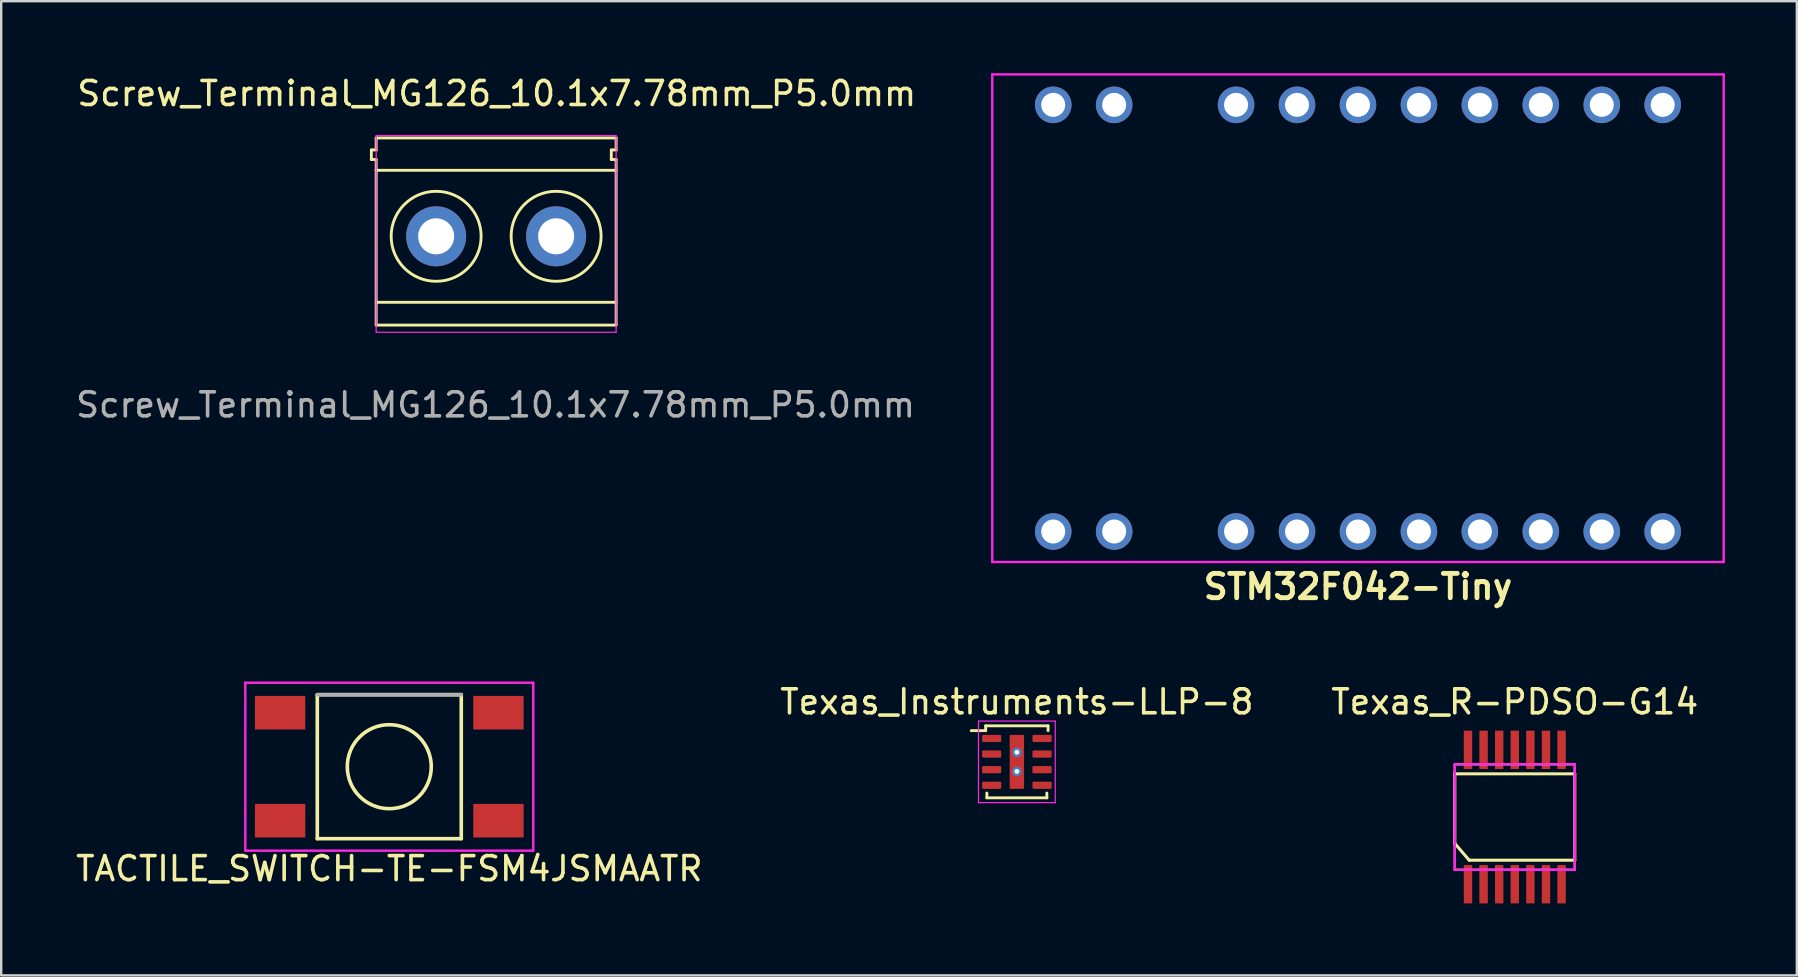
<source format=kicad_pcb>
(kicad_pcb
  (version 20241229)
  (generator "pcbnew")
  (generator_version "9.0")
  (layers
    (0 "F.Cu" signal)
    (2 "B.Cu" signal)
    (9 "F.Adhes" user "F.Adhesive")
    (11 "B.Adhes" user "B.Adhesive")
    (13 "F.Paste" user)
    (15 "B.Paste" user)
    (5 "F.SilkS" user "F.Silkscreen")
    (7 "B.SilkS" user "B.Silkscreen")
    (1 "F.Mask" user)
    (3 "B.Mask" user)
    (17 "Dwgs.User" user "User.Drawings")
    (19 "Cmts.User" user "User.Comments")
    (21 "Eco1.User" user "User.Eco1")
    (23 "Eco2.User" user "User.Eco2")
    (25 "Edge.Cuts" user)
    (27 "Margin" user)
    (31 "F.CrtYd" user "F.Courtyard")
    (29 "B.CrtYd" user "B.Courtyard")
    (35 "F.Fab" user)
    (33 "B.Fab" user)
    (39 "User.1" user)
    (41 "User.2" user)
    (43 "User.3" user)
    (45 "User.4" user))
  (footprint "STM32F042-Tiny"
    (layer "F.Cu")
    (at 53.542 10.21)
    (property "Reference" "STM32F042-Tiny" (at 0 11.19 0) (layer "F.SilkS") (effects (font (size 1.016 1.016) (thickness 0.203))))
    (attr through_hole)
    (fp_line (start -15.24 -10.16) (end 15.24 -10.16) (stroke (width 0.1) (type solid)) (layer "F.CrtYd"))
    (fp_line (start -15.24 10.16) (end -15.24 -10.16) (stroke (width 0.1) (type solid)) (layer "F.CrtYd"))
    (fp_line (start 15.24 -10.16) (end 15.24 10.16) (stroke (width 0.1) (type solid)) (layer "F.CrtYd"))
    (fp_line (start 15.24 10.16) (end -15.24 10.16) (stroke (width 0.1) (type solid)) (layer "F.CrtYd"))
    (pad "1" thru_hole circle (at -5.08 8.89) (size 1.524 1.524) (drill 1.001) (layers "*.Cu" "*.Mask"))
    (pad "2" thru_hole circle (at -2.54 8.89) (size 1.524 1.524) (drill 1.001) (layers "*.Cu" "*.Mask"))
    (pad "3" thru_hole circle (at 0 8.89) (size 1.524 1.524) (drill 1.001) (layers "*.Cu" "*.Mask"))
    (pad "4" thru_hole circle (at 2.54 8.89) (size 1.524 1.524) (drill 1.001) (layers "*.Cu" "*.Mask"))
    (pad "5" thru_hole circle (at 5.08 8.89) (size 1.524 1.524) (drill 1.001) (layers "*.Cu" "*.Mask"))
    (pad "6" thru_hole circle (at 7.62 8.89) (size 1.524 1.524) (drill 1.001) (layers "*.Cu" "*.Mask"))
    (pad "7" thru_hole circle (at 10.16 8.89) (size 1.524 1.524) (drill 1.001) (layers "*.Cu" "*.Mask"))
    (pad "8" thru_hole circle (at 12.7 8.89) (size 1.524 1.524) (drill 1.001) (layers "*.Cu" "*.Mask"))
    (pad "9" thru_hole circle (at 12.7 -8.89) (size 1.524 1.524) (drill 1.001) (layers "*.Cu" "*.Mask"))
    (pad "10" thru_hole circle (at 10.16 -8.89) (size 1.524 1.524) (drill 1.001) (layers "*.Cu" "*.Mask"))
    (pad "11" thru_hole circle (at 7.62 -8.89) (size 1.524 1.524) (drill 1.001) (layers "*.Cu" "*.Mask"))
    (pad "12" thru_hole circle (at 5.08 -8.89) (size 1.524 1.524) (drill 1.001) (layers "*.Cu" "*.Mask"))
    (pad "13" thru_hole circle (at 2.54 -8.89) (size 1.524 1.524) (drill 1.001) (layers "*.Cu" "*.Mask"))
    (pad "14" thru_hole circle (at 0 -8.89) (size 1.524 1.524) (drill 1.001) (layers "*.Cu" "*.Mask"))
    (pad "15" thru_hole circle (at -2.54 -8.89) (size 1.524 1.524) (drill 1.001) (layers "*.Cu" "*.Mask"))
    (pad "16" thru_hole circle (at -5.08 -8.89) (size 1.524 1.524) (drill 1.001) (layers "*.Cu" "*.Mask"))
    (pad "17" thru_hole circle (at -12.7 8.89) (size 1.524 1.524) (drill 1.001) (layers "*.Cu" "*.Mask"))
    (pad "18" thru_hole circle (at -10.16 8.89) (size 1.524 1.524) (drill 1.001) (layers "*.Cu" "*.Mask"))
    (pad "19" thru_hole circle (at -10.16 -8.89) (size 1.524 1.524) (drill 1.001) (layers "*.Cu" "*.Mask"))
    (pad "20" thru_hole circle (at -12.7 -8.89) (size 1.524 1.524) (drill 1.001) (layers "*.Cu" "*.Mask")))
  (footprint "Texas_Instruments-LLP-8"
    (layer "F.Cu")
    (at 39.327 28.699)
    (property "Reference" "Texas_Instruments-LLP-8" (at 0 -2.5 180) (layer "F.SilkS") (effects (font (size 1 1) (thickness 0.15))))
    (attr through_hole)
    (fp_line (start -1.3 -1.5) (end -1.3 -1.3) (stroke (width 0.12) (type solid)) (layer "F.SilkS"))
    (fp_line (start -1.3 -1.5) (end 1.3 -1.5) (stroke (width 0.12) (type solid)) (layer "F.SilkS"))
    (fp_line (start -1.3 -1.3) (end -1.9 -1.3) (stroke (width 0.12) (type solid)) (layer "F.SilkS"))
    (fp_line (start -1.25 1.3) (end -1.25 1.5) (stroke (width 0.12) (type solid)) (layer "F.SilkS"))
    (fp_line (start -1.25 1.5) (end 1.25 1.5) (stroke (width 0.12) (type solid)) (layer "F.SilkS"))
    (fp_line (start 1.25 1.5) (end 1.25 1.3) (stroke (width 0.12) (type solid)) (layer "F.SilkS"))
    (fp_line (start 1.3 -1.5) (end 1.3 -1.3) (stroke (width 0.12) (type solid)) (layer "F.SilkS"))
    (fp_line (start -1.6 -1.7) (end 1.6 -1.7) (stroke (width 0.05) (type solid)) (layer "F.CrtYd"))
    (fp_line (start -1.6 1.7) (end -1.6 -1.7) (stroke (width 0.05) (type solid)) (layer "F.CrtYd"))
    (fp_line (start 1.6 -1.7) (end 1.6 1.7) (stroke (width 0.05) (type solid)) (layer "F.CrtYd"))
    (fp_line (start 1.6 1.7) (end -1.6 1.7) (stroke (width 0.05) (type solid)) (layer "F.CrtYd"))
    (pad "1" smd roundrect (at -1.05 -0.975) (size 0.8 0.3) (layers "F.Cu" "F.Mask" "F.Paste") (roundrect_rratio 0.167))
    (pad "2" smd roundrect (at -1.05 -0.325) (size 0.8 0.3) (layers "F.Cu" "F.Mask" "F.Paste") (roundrect_rratio 0.167))
    (pad "3" smd roundrect (at -1.05 0.325) (size 0.8 0.3) (layers "F.Cu" "F.Mask" "F.Paste") (roundrect_rratio 0.167))
    (pad "4" smd roundrect (at -1.05 0.975) (size 0.8 0.3) (layers "F.Cu" "F.Mask" "F.Paste") (roundrect_rratio 0.167))
    (pad "5" smd roundrect (at 1.05 0.975) (size 0.8 0.3) (layers "F.Cu" "F.Mask" "F.Paste") (roundrect_rratio 0.167))
    (pad "6" smd roundrect (at 1.05 0.325) (size 0.8 0.3) (layers "F.Cu" "F.Mask" "F.Paste") (roundrect_rratio 0.167))
    (pad "7" smd roundrect (at 1.05 -0.325) (size 0.8 0.3) (layers "F.Cu" "F.Mask" "F.Paste") (roundrect_rratio 0.167))
    (pad "8" smd roundrect (at 1.05 -0.975) (size 0.8 0.3) (layers "F.Cu" "F.Mask" "F.Paste") (roundrect_rratio 0.167))
    (pad "9" thru_hole circle (at 0 -0.4) (size 0.4 0.4) (drill 0.2) (layers "*.Cu" "F.Mask"))
    (pad "9" smd roundrect (at 0 0) (size 0.6 2.25) (layers "F.Cu" "F.Mask" "F.Paste") (roundrect_rratio 0.083))
    (pad "9" thru_hole circle (at 0 0.4) (size 0.4 0.4) (drill 0.2) (layers "*.Cu" "F.Mask")))
  (footprint "TACTILE_SWITCH-TE-FSM4JSMAATR"
    (layer "F.Cu")
    (at 13.173 28.901)
    (property "Reference" "TACTILE_SWITCH-TE-FSM4JSMAATR" (at 0 4.25 0) (layer "F.SilkS") (effects (font (size 1 1) (thickness 0.15))))
    (attr through_hole)
    (fp_line (start -3 -3) (end 3 -3) (stroke (width 0.15) (type solid)) (layer "F.SilkS"))
    (fp_line (start -3 3) (end -3 -3) (stroke (width 0.15) (type solid)) (layer "F.SilkS"))
    (fp_line (start 3 -3) (end 3 3) (stroke (width 0.15) (type solid)) (layer "F.SilkS"))
    (fp_line (start 3 3) (end -3 3) (stroke (width 0.15) (type solid)) (layer "F.SilkS"))
    (fp_circle (center 0 0) (end 1.75 0) (stroke (width 0.15) (type solid)) (fill no) (layer "F.SilkS"))
    (fp_line (start -6 -3.5) (end -6 3.5) (stroke (width 0.1) (type solid)) (layer "F.CrtYd"))
    (fp_line (start -6 3.5) (end 6 3.5) (stroke (width 0.1) (type solid)) (layer "F.CrtYd"))
    (fp_line (start 6 -3.5) (end -6 -3.5) (stroke (width 0.1) (type solid)) (layer "F.CrtYd"))
    (fp_line (start 6 3.5) (end 6 -3.5) (stroke (width 0.1) (type solid)) (layer "F.CrtYd"))
    (fp_line (start -3 -3) (end 3 -3) (stroke (width 0.15) (type solid)) (layer "F.Fab"))
    (pad "1" smd rect (at -4.55 -2.25) (size 2.1 1.4) (layers "F.Cu" "F.Mask" "F.Paste"))
    (pad "1" smd rect (at 4.55 -2.25 180) (size 2.1 1.4) (layers "F.Cu" "F.Mask" "F.Paste"))
    (pad "2" smd rect (at -4.55 2.25 180) (size 2.1 1.4) (layers "F.Cu" "F.Mask" "F.Paste"))
    (pad "2" smd rect (at 4.55 2.25 180) (size 2.1 1.4) (layers "F.Cu" "F.Mask" "F.Paste")))
  (footprint "Screw_Terminal_MG126_10.1x7.78mm_P5.0mm"
    (layer "F.Cu")
    (at 17.626 6.798)
    (property "Reference" "Screw_Terminal_MG126_10.1x7.78mm_P5.0mm" (at 0.025 -5.95 0) (unlocked yes) (layer "F.SilkS") (effects (font (size 1 1) (thickness 0.15))))
    (attr through_hole)
    (fp_line (start -5.2 -3.6) (end -5 -3.6) (stroke (width 0.12) (type default)) (layer "F.SilkS"))
    (fp_line (start -5.2 -3.2) (end -5.2 -3.6) (stroke (width 0.12) (type default)) (layer "F.SilkS"))
    (fp_line (start -5 -4.1) (end 5 -4.1) (stroke (width 0.12) (type default)) (layer "F.SilkS"))
    (fp_line (start -5 -3.6) (end -5 -4.1) (stroke (width 0.12) (type default)) (layer "F.SilkS"))
    (fp_line (start -5 -3.2) (end -5.2 -3.2) (stroke (width 0.12) (type default)) (layer "F.SilkS"))
    (fp_line (start -5 -2.75) (end -5 -3.2) (stroke (width 0.12) (type default)) (layer "F.SilkS"))
    (fp_line (start -5 -2.75) (end -5 -2.75) (stroke (width 0.12) (type default)) (layer "F.SilkS"))
    (fp_line (start -5 3.7) (end -5 2.75) (stroke (width 0.12) (type default)) (layer "F.SilkS"))
    (fp_line (start -5 3.7) (end 5 3.7) (stroke (width 0.12) (type default)) (layer "F.SilkS"))
    (fp_line (start 4.8 -3.6) (end 5 -3.6) (stroke (width 0.12) (type default)) (layer "F.SilkS"))
    (fp_line (start 4.8 -3.2) (end 4.8 -3.6) (stroke (width 0.12) (type default)) (layer "F.SilkS"))
    (fp_line (start 5 -3.6) (end 5 -4.1) (stroke (width 0.12) (type default)) (layer "F.SilkS"))
    (fp_line (start 5 -3.2) (end 4.8 -3.2) (stroke (width 0.12) (type default)) (layer "F.SilkS"))
    (fp_line (start 5 -2.75) (end 5 -3.2) (stroke (width 0.12) (type default)) (layer "F.SilkS"))
    (fp_line (start 5 3.7) (end 5 2.75) (stroke (width 0.12) (type default)) (layer "F.SilkS"))
    (fp_rect (start -5 -2.75) (end 5 2.75) (stroke (width 0.12) (type default)) (fill no) (layer "F.SilkS"))
    (fp_circle (center -2.5 0) (end -0.625 0) (stroke (width 0.12) (type default)) (fill no) (layer "F.SilkS"))
    (fp_circle (center 2.5 0) (end 4.375 0) (stroke (width 0.12) (type default)) (fill no) (layer "F.SilkS"))
    (fp_line (start -5 -4.2) (end -5 4) (stroke (width 0.05) (type default)) (layer "F.CrtYd"))
    (fp_line (start -5 4) (end 5 4) (stroke (width 0.05) (type default)) (layer "F.CrtYd"))
    (fp_line (start 5 -4.2) (end -5 -4.2) (stroke (width 0.05) (type default)) (layer "F.CrtYd"))
    (fp_line (start 5 4) (end 5 -4.2) (stroke (width 0.05) (type default)) (layer "F.CrtYd"))
    (fp_text user "${REFERENCE}" (at -0.025 7.025 0) (unlocked yes) (layer "F.Fab") (effects (font (size 1 1) (thickness 0.15))))
    (pad "1" thru_hole circle (at 2.5 0) (size 2.5 2.5) (drill 1.5) (layers "*.Cu" "*.Mask"))
    (pad "2" thru_hole circle (at -2.5 0) (size 2.5 2.5) (drill 1.5) (layers "*.Cu" "*.Mask")))
  (footprint "Texas_R-PDSO-G14"
    (layer "F.Cu")
    (at 60.077 30.999)
    (property "Reference" "Texas_R-PDSO-G14" (at 0 -4.8 0) (layer "F.SilkS") (effects (font (size 1 1) (thickness 0.15))))
    (attr through_hole)
    (fp_line (start -2.5 -1.8) (end -2.5 1.1) (stroke (width 0.127) (type solid)) (layer "F.SilkS"))
    (fp_line (start -2.5 -1.8) (end 2.5 -1.8) (stroke (width 0.127) (type solid)) (layer "F.SilkS"))
    (fp_line (start -2.5 1.1) (end -1.9 1.8) (stroke (width 0.127) (type solid)) (layer "F.SilkS"))
    (fp_line (start -1.9 1.8) (end 2.5 1.8) (stroke (width 0.127) (type solid)) (layer "F.SilkS"))
    (fp_line (start 2.5 -1.8) (end 2.5 1.8) (stroke (width 0.127) (type solid)) (layer "F.SilkS"))
    (fp_line (start -2.5 -2.2) (end 2.5 -2.2) (stroke (width 0.1) (type solid)) (layer "F.CrtYd"))
    (fp_line (start -2.5 2.2) (end -2.5 -2.2) (stroke (width 0.1) (type solid)) (layer "F.CrtYd"))
    (fp_line (start 2.5 -2.2) (end 2.5 2.2) (stroke (width 0.1) (type solid)) (layer "F.CrtYd"))
    (fp_line (start 2.5 2.2) (end -2.5 2.2) (stroke (width 0.1) (type solid)) (layer "F.CrtYd"))
    (fp_line (start -2.5 -2.2) (end 2.5 -2.2) (stroke (width 0.1) (type solid)) (layer "F.Fab"))
    (fp_line (start -2.5 2.2) (end -2.5 -2.2) (stroke (width 0.1) (type solid)) (layer "F.Fab"))
    (fp_line (start 2.5 -2.2) (end 2.5 2.2) (stroke (width 0.1) (type solid)) (layer "F.Fab"))
    (fp_line (start 2.5 2.2) (end -2.5 2.2) (stroke (width 0.1) (type solid)) (layer "F.Fab"))
    (pad "1" smd rect (at -1.95 2.8) (size 0.35 1.6) (layers "F.Cu" "F.Mask" "F.Paste"))
    (pad "2" smd rect (at -1.3 2.8) (size 0.35 1.6) (layers "F.Cu" "F.Mask" "F.Paste"))
    (pad "3" smd rect (at -0.65 2.8) (size 0.35 1.6) (layers "F.Cu" "F.Mask" "F.Paste"))
    (pad "4" smd rect (at 0 2.8) (size 0.35 1.6) (layers "F.Cu" "F.Mask" "F.Paste"))
    (pad "5" smd rect (at 0.65 2.8) (size 0.35 1.6) (layers "F.Cu" "F.Mask" "F.Paste"))
    (pad "6" smd rect (at 1.3 2.8) (size 0.35 1.6) (layers "F.Cu" "F.Mask" "F.Paste"))
    (pad "7" smd rect (at 1.95 2.8) (size 0.35 1.6) (layers "F.Cu" "F.Mask" "F.Paste"))
    (pad "8" smd rect (at 1.95 -2.8) (size 0.35 1.6) (layers "F.Cu" "F.Mask" "F.Paste"))
    (pad "9" smd rect (at 1.3 -2.8) (size 0.35 1.6) (layers "F.Cu" "F.Mask" "F.Paste"))
    (pad "10" smd rect (at 0.65 -2.8) (size 0.35 1.6) (layers "F.Cu" "F.Mask" "F.Paste"))
    (pad "11" smd rect (at 0 -2.8) (size 0.35 1.6) (layers "F.Cu" "F.Mask" "F.Paste"))
    (pad "12" smd rect (at -0.65 -2.8) (size 0.35 1.6) (layers "F.Cu" "F.Mask" "F.Paste"))
    (pad "13" smd rect (at -1.3 -2.8) (size 0.35 1.6) (layers "F.Cu" "F.Mask" "F.Paste"))
    (pad "14" smd rect (at -1.95 -2.8) (size 0.35 1.6) (layers "F.Cu" "F.Mask" "F.Paste")))
  (gr_rect
    (start -3 -3)
    (end 71.832 37.599)
    (stroke (width 0.1) (type default))
    (fill no)
    (layer "Edge.Cuts")))
</source>
